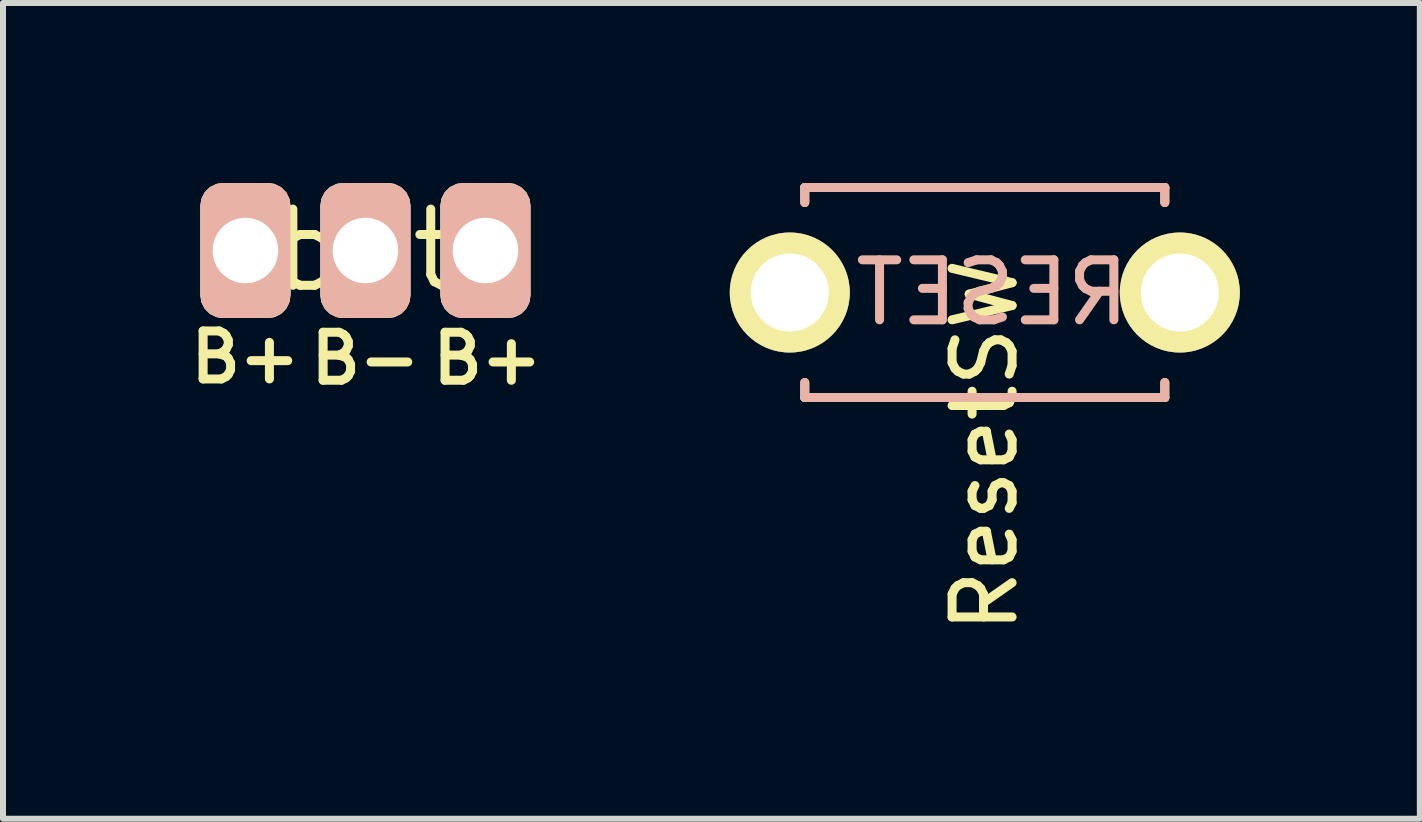
<source format=kicad_pcb>
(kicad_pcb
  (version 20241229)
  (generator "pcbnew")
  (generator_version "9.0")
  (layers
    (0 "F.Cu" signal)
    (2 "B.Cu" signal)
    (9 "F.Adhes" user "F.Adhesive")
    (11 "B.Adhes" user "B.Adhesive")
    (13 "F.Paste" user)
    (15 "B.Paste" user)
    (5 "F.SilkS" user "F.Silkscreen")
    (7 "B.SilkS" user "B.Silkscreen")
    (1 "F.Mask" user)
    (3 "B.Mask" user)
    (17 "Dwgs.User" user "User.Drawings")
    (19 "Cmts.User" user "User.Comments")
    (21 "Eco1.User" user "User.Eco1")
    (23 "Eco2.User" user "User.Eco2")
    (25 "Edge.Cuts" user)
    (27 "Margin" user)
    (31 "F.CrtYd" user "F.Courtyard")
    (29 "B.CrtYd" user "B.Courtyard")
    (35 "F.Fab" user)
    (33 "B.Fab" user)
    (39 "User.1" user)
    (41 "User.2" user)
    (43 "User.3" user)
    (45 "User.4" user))
  (footprint "ResetSW"
    (layer "F.Cu")
    (at 13.362 1.825)
    (property "Reference" "ResetSW" (at 0 2.55 90) (layer "F.SilkS") (effects (font (size 1 1) (thickness 0.15))))
    (attr through_hole)
    (fp_line (start -3 -1.75) (end -3 -1.5) (stroke (width 0.15) (type solid)) (layer "F.SilkS"))
    (fp_line (start -3 -1.75) (end 3 -1.75) (stroke (width 0.15) (type solid)) (layer "F.SilkS"))
    (fp_line (start -3 1.75) (end -3 1.5) (stroke (width 0.15) (type solid)) (layer "F.SilkS"))
    (fp_line (start -3 1.75) (end 3 1.75) (stroke (width 0.15) (type solid)) (layer "F.SilkS"))
    (fp_line (start 3 -1.75) (end 3 -1.5) (stroke (width 0.15) (type solid)) (layer "F.SilkS"))
    (fp_line (start 3 1.75) (end 3 1.5) (stroke (width 0.15) (type solid)) (layer "F.SilkS"))
    (fp_line (start -3 -1.75) (end 3 -1.75) (stroke (width 0.15) (type solid)) (layer "B.SilkS"))
    (fp_line (start -3 -1.5) (end -3 -1.75) (stroke (width 0.15) (type solid)) (layer "B.SilkS"))
    (fp_line (start -3 1.75) (end -3 1.5) (stroke (width 0.15) (type solid)) (layer "B.SilkS"))
    (fp_line (start 3 -1.75) (end 3 -1.5) (stroke (width 0.15) (type solid)) (layer "B.SilkS"))
    (fp_line (start 3 1.5) (end 3 1.75) (stroke (width 0.15) (type solid)) (layer "B.SilkS"))
    (fp_line (start 3 1.75) (end -3 1.75) (stroke (width 0.15) (type solid)) (layer "B.SilkS"))
    (fp_text user "RESET" (at 0.127 0 0) (layer "B.SilkS") (effects (font (size 1 1) (thickness 0.15)) (justify mirror)))
    (pad "1" thru_hole circle (at 3.25 0) (size 2 2) (drill 1.3) (layers "*.Cu" "*.Mask" "F.SilkS"))
    (pad "2" thru_hole circle (at -3.25 0) (size 2 2) (drill 1.3) (layers "*.Cu" "*.Mask" "F.SilkS")))
  (footprint "bat"
    (layer "F.Cu")
    (at 3.04 1.125)
    (property "Reference" "bat" (at 0 0 0) (layer "F.SilkS") (effects (font (size 1.27 1.27) (thickness 0.15))))
    (attr through_hole)
    (fp_text user "B+" (at -2 1.778 0) (layer "F.SilkS") (effects (font (size 0.8 0.8) (thickness 0.15))))
    (fp_text user "B+" (at 2.032 1.8 0) (layer "F.SilkS") (effects (font (size 0.8 0.8) (thickness 0.15))))
    (fp_text user "B-" (at 0 1.8 0) (layer "F.SilkS") (effects (font (size 0.8 0.8) (thickness 0.15))))
    (pad "1" thru_hole roundrect (at -2 0) (size 1.5 2.25) (drill 1.092) (layers "*.Cu" "*.SilkS" "*.Mask") (roundrect_rratio 0.25))
    (pad "1" thru_hole roundrect (at 2 0) (size 1.5 2.25) (drill 1.092) (layers "*.Cu" "*.SilkS" "*.Mask") (roundrect_rratio 0.25))
    (pad "2" thru_hole roundrect (at 0 0) (size 1.5 2.25) (drill 1.092) (layers "*.Cu" "*.SilkS" "*.Mask") (roundrect_rratio 0.25)))
  (gr_rect
    (start -3 -3)
    (end 20.612 10.595)
    (stroke (width 0.1) (type default))
    (fill no)
    (layer "Edge.Cuts")))
</source>
